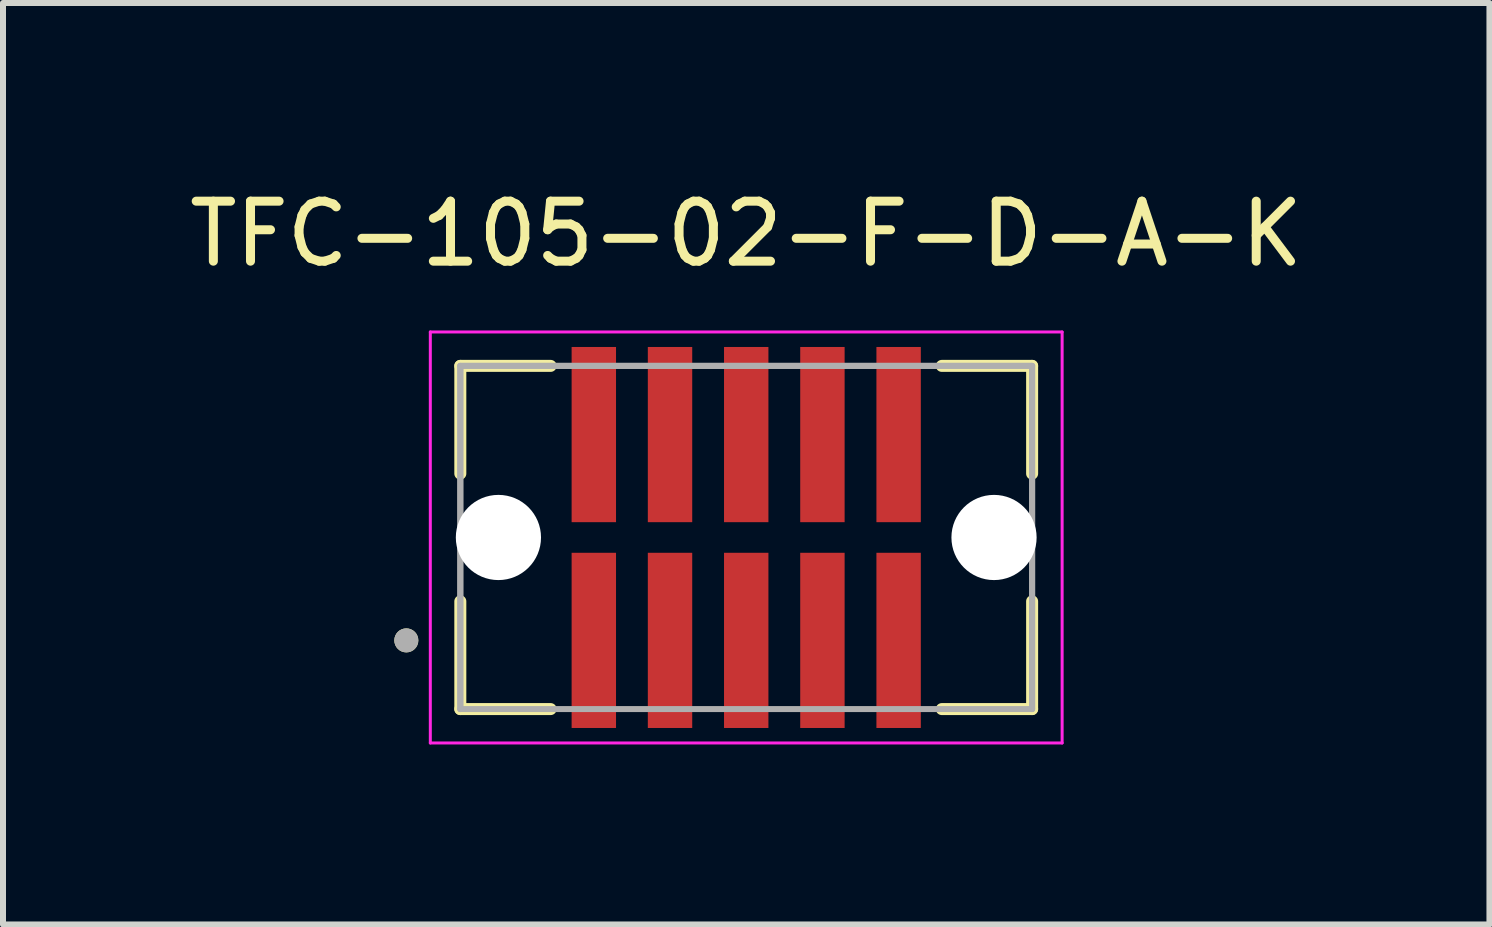
<source format=kicad_pcb>
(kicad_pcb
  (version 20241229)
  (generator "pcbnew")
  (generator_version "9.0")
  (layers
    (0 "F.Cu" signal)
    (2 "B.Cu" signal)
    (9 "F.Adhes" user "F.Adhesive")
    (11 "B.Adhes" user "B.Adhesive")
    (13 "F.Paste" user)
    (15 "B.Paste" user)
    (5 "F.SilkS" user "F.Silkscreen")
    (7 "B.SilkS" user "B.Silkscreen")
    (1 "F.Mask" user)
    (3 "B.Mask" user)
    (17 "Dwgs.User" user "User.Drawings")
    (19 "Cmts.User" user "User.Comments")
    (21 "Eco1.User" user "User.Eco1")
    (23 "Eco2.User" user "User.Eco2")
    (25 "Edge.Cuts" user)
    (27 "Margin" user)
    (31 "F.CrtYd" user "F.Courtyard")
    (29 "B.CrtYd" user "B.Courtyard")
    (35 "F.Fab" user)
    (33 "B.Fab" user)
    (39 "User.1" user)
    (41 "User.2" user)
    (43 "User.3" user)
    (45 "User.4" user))
  (footprint "TFC-105-02-F-D-A-K"
    (layer "F.Cu")
    (at 9.387 5.908)
    (property "Reference" "TFC-105-02-F-D-A-K" (at 0 -5.06 0) (layer "F.SilkS") (effects (font (size 1 1) (thickness 0.15))))
    (attr through_hole)
    (fp_line (start -4.765 -2.86) (end -4.765 -1.064) (stroke (width 0.2) (type solid)) (layer "F.SilkS"))
    (fp_line (start -4.765 -2.86) (end -3.26 -2.86) (stroke (width 0.2) (type solid)) (layer "F.SilkS"))
    (fp_line (start -4.765 1.064) (end -4.765 2.86) (stroke (width 0.2) (type solid)) (layer "F.SilkS"))
    (fp_line (start -3.26 2.86) (end -4.765 2.86) (stroke (width 0.2) (type solid)) (layer "F.SilkS"))
    (fp_line (start 3.26 -2.86) (end 4.765 -2.86) (stroke (width 0.2) (type solid)) (layer "F.SilkS"))
    (fp_line (start 3.26 2.86) (end 4.765 2.86) (stroke (width 0.2) (type solid)) (layer "F.SilkS"))
    (fp_line (start 4.765 -1.064) (end 4.765 -2.86) (stroke (width 0.2) (type solid)) (layer "F.SilkS"))
    (fp_line (start 4.765 2.86) (end 4.765 1.064) (stroke (width 0.2) (type solid)) (layer "F.SilkS"))
    (fp_circle (center -5.665 1.715) (end -5.565 1.715) (stroke (width 0.2) (type solid)) (fill no) (layer "F.SilkS"))
    (fp_line (start -5.265 -3.425) (end 5.265 -3.425) (stroke (width 0.05) (type solid)) (layer "F.CrtYd"))
    (fp_line (start -5.265 3.425) (end -5.265 -3.425) (stroke (width 0.05) (type solid)) (layer "F.CrtYd"))
    (fp_line (start 5.265 -3.425) (end 5.265 3.425) (stroke (width 0.05) (type solid)) (layer "F.CrtYd"))
    (fp_line (start 5.265 3.425) (end -5.265 3.425) (stroke (width 0.05) (type solid)) (layer "F.CrtYd"))
    (fp_line (start -4.765 -2.86) (end 4.765 -2.86) (stroke (width 0.1) (type solid)) (layer "F.Fab"))
    (fp_line (start -4.765 -2.86) (end 4.765 -2.86) (stroke (width 0.1) (type solid)) (layer "F.Fab"))
    (fp_line (start -4.765 2.86) (end -4.765 -2.86) (stroke (width 0.1) (type solid)) (layer "F.Fab"))
    (fp_line (start -4.765 2.86) (end -4.765 -2.86) (stroke (width 0.1) (type solid)) (layer "F.Fab"))
    (fp_line (start 4.765 -2.86) (end 4.765 2.86) (stroke (width 0.1) (type solid)) (layer "F.Fab"))
    (fp_line (start 4.765 -2.86) (end 4.765 2.86) (stroke (width 0.1) (type solid)) (layer "F.Fab"))
    (fp_line (start 4.765 2.86) (end -4.765 2.86) (stroke (width 0.1) (type solid)) (layer "F.Fab"))
    (fp_circle (center -5.665 1.715) (end -5.565 1.715) (stroke (width 0.2) (type solid)) (fill no) (layer "F.Fab"))
    (pad "" np_thru_hole circle (at -4.13 0) (size 1.42 1.42) (drill 1.42) (layers "*.Cu" "*.Mask"))
    (pad "" np_thru_hole circle (at 4.13 0) (size 1.42 1.42) (drill 1.42) (layers "*.Cu" "*.Mask"))
    (pad "1" smd rect (at -2.54 1.715) (size 0.74 2.92) (layers "F.Cu" "F.Mask" "F.Paste"))
    (pad "2" smd rect (at -2.54 -1.715) (size 0.74 2.92) (layers "F.Cu" "F.Mask" "F.Paste"))
    (pad "3" smd rect (at -1.27 1.715) (size 0.74 2.92) (layers "F.Cu" "F.Mask" "F.Paste"))
    (pad "4" smd rect (at -1.27 -1.715) (size 0.74 2.92) (layers "F.Cu" "F.Mask" "F.Paste"))
    (pad "5" smd rect (at 0 1.715) (size 0.74 2.92) (layers "F.Cu" "F.Mask" "F.Paste"))
    (pad "6" smd rect (at 0 -1.715) (size 0.74 2.92) (layers "F.Cu" "F.Mask" "F.Paste"))
    (pad "7" smd rect (at 1.27 1.715) (size 0.74 2.92) (layers "F.Cu" "F.Mask" "F.Paste"))
    (pad "8" smd rect (at 1.27 -1.715) (size 0.74 2.92) (layers "F.Cu" "F.Mask" "F.Paste"))
    (pad "9" smd rect (at 2.54 1.715) (size 0.74 2.92) (layers "F.Cu" "F.Mask" "F.Paste"))
    (pad "10" smd rect (at 2.54 -1.715) (size 0.74 2.92) (layers "F.Cu" "F.Mask" "F.Paste")))
  (gr_rect
    (start -3 -3)
    (end 21.774 12.358)
    (stroke (width 0.1) (type default))
    (fill no)
    (layer "Edge.Cuts")))
</source>
